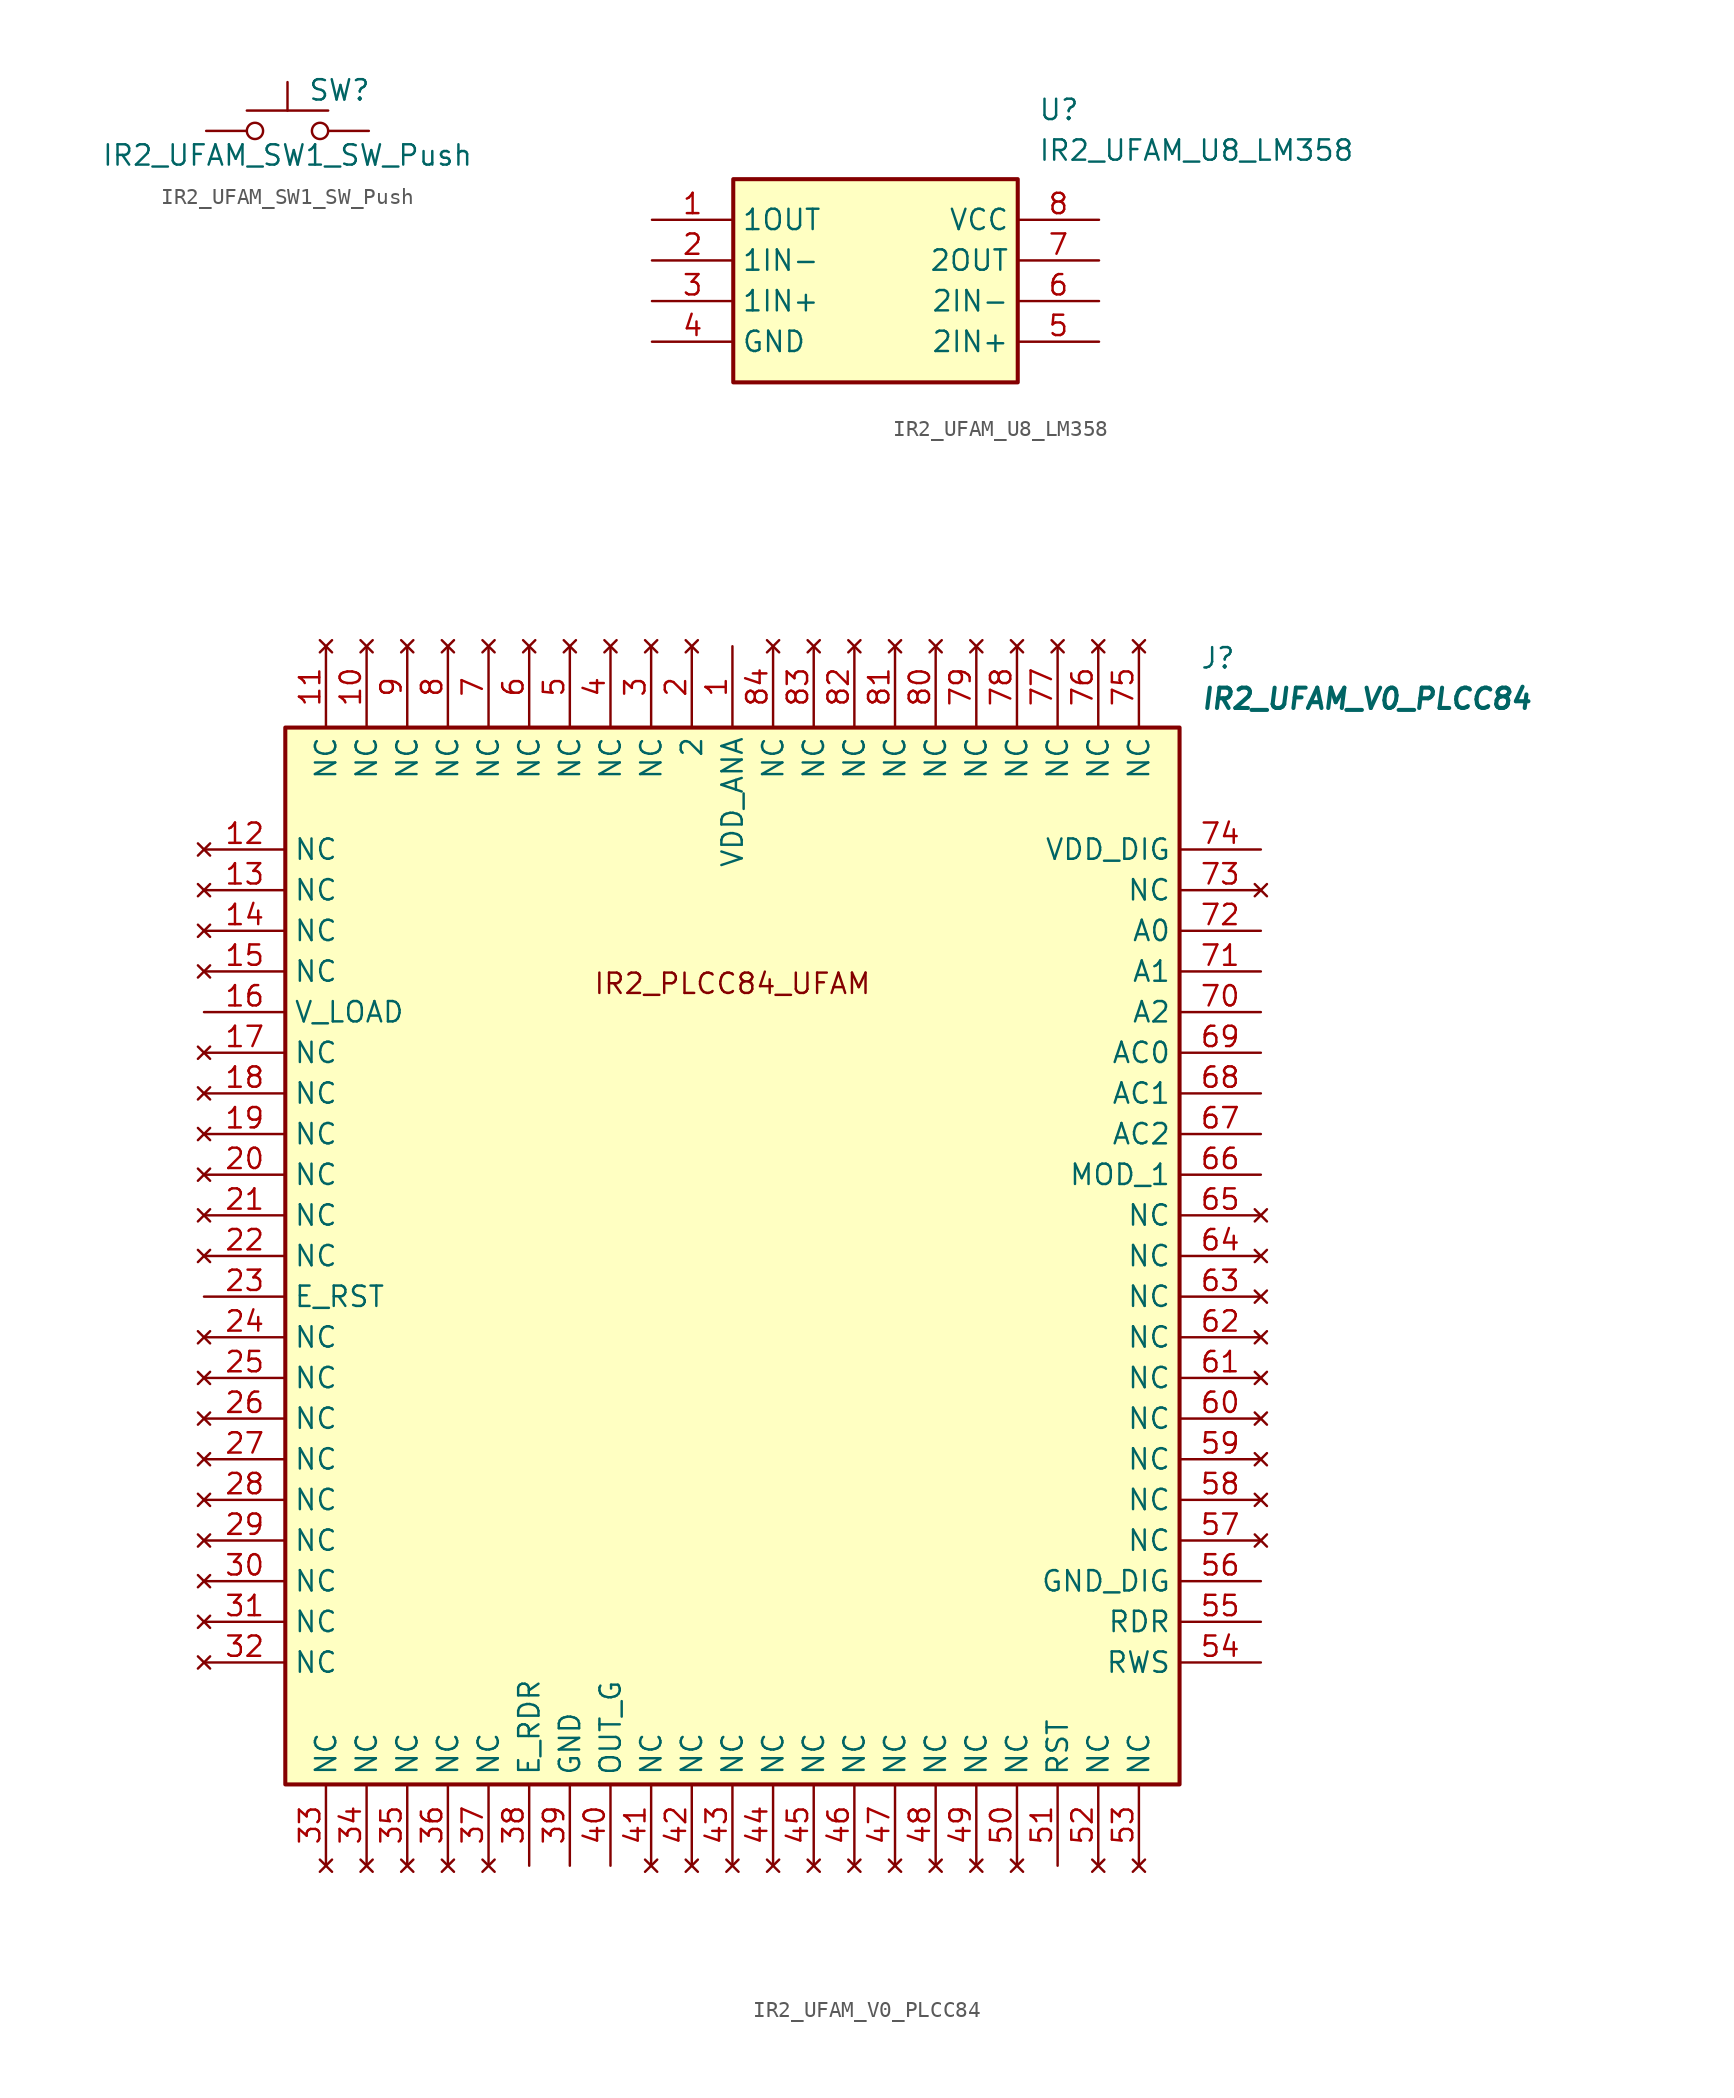
<source format=kicad_sym>
(kicad_symbol_lib
  (version 20241209)
  (generator "kicad_symbol_editor")
  (generator_version "9.0")
  (symbol "IR2_UFAM_SW1_SW_Push"
    (pin_numbers
      (hide yes))
    (pin_names
      (offset 1.016)
      (hide yes))
    (property "Reference" "SW"
      (at 1.27 2.54 0)
      (effects (font (size 1.27 1.27)) (justify left)))
    (property "Value" "IR2_UFAM_SW1_SW_Push"
      (at 0 -1.524 0)
      (effects (font (size 1.27 1.27))))
    (symbol "IR2_UFAM_SW1_SW_Push_0_1"
      (circle (center -2.032 0) (radius 0.508) (stroke (width 0) (type default)) (fill (type none)))
      (polyline (pts (xy 0 1.27) (xy 0 3.048)) (stroke (width 0) (type default)) (fill (type none)))
      (circle (center 2.032 0) (radius 0.508) (stroke (width 0) (type default)) (fill (type none)))
      (polyline (pts (xy 2.54 1.27) (xy -2.54 1.27)) (stroke (width 0) (type default)) (fill (type none)))
      (pin passive line (at -5.08 0 0) (length 2.54) (name "1" (effects (font (size 1.27 1.27)))) (number "1" (effects (font (size 1.27 1.27)))))
      (pin passive line (at 5.08 0 180) (length 2.54) (name "2" (effects (font (size 1.27 1.27)))) (number "2" (effects (font (size 1.27 1.27)))))))
  (symbol "IR2_UFAM_U8_LM358"
    (property "Reference" "U"
      (at 24.13 7.62 0)
      (effects (font (size 1.27 1.27)) (justify left top)))
    (property "Value" "IR2_UFAM_U8_LM358"
      (at 24.13 5.08 0)
      (effects (font (size 1.27 1.27)) (justify left top)))
    (symbol "IR2_UFAM_U8_LM358_1_1"
      (rectangle (start 5.08 2.54) (end 22.86 -10.16) (stroke (width 0.254) (type default)) (fill (type background)))
      (pin passive line (at 0 0 0) (length 5.08) (name "1OUT" (effects (font (size 1.27 1.27)))) (number "1" (effects (font (size 1.27 1.27)))))
      (pin passive line (at 0 -2.54 0) (length 5.08) (name "1IN-" (effects (font (size 1.27 1.27)))) (number "2" (effects (font (size 1.27 1.27)))))
      (pin passive line (at 0 -5.08 0) (length 5.08) (name "1IN+" (effects (font (size 1.27 1.27)))) (number "3" (effects (font (size 1.27 1.27)))))
      (pin passive line (at 0 -7.62 0) (length 5.08) (name "GND" (effects (font (size 1.27 1.27)))) (number "4" (effects (font (size 1.27 1.27)))))
      (pin passive line (at 27.94 0 180) (length 5.08) (name "VCC" (effects (font (size 1.27 1.27)))) (number "8" (effects (font (size 1.27 1.27)))))
      (pin passive line (at 27.94 -2.54 180) (length 5.08) (name "2OUT" (effects (font (size 1.27 1.27)))) (number "7" (effects (font (size 1.27 1.27)))))
      (pin passive line (at 27.94 -5.08 180) (length 5.08) (name "2IN-" (effects (font (size 1.27 1.27)))) (number "6" (effects (font (size 1.27 1.27)))))
      (pin passive line (at 27.94 -7.62 180) (length 5.08) (name "2IN+" (effects (font (size 1.27 1.27)))) (number "5" (effects (font (size 1.27 1.27)))))))
  (symbol "IR2_UFAM_V0_PLCC84"
    (property "Reference" "J"
      (at 62.23 12.7 0)
      (effects (font (size 1.27 1.27)) (justify left top)))
    (property "Value" "IR2_UFAM_V0_PLCC84"
      (at 62.23 10.16 0)
      (effects (font (size 1.27 1.27) (thickness 0.254) (bold yes) (italic yes)) (justify left top)))
    (symbol "IR2_UFAM_V0_PLCC84_1_1"
      (rectangle (start 5.08 7.62) (end 60.96 -58.42) (stroke (width 0.254) (type default)) (fill (type background)))
      (text "IR2_PLCC84_UFAM" (at 33.02 -8.382 0) (effects (font (size 1.27 1.27))))
      (pin no_connect line (at 0 0 0) (length 5.08) (name "NC" (effects (font (size 1.27 1.27)))) (number "12" (effects (font (size 1.27 1.27)))))
      (pin no_connect line (at 0 -2.54 0) (length 5.08) (name "NC" (effects (font (size 1.27 1.27)))) (number "13" (effects (font (size 1.27 1.27)))))
      (pin no_connect line (at 0 -5.08 0) (length 5.08) (name "NC" (effects (font (size 1.27 1.27)))) (number "14" (effects (font (size 1.27 1.27)))))
      (pin no_connect line (at 0 -7.62 0) (length 5.08) (name "NC" (effects (font (size 1.27 1.27)))) (number "15" (effects (font (size 1.27 1.27)))))
      (pin input line (at 0 -10.16 0) (length 5.08) (name "V_LOAD" (effects (font (size 1.27 1.27)))) (number "16" (effects (font (size 1.27 1.27)))))
      (pin no_connect line (at 0 -12.7 0) (length 5.08) (name "NC" (effects (font (size 1.27 1.27)))) (number "17" (effects (font (size 1.27 1.27)))))
      (pin no_connect line (at 0 -15.24 0) (length 5.08) (name "NC" (effects (font (size 1.27 1.27)))) (number "18" (effects (font (size 1.27 1.27)))))
      (pin no_connect line (at 0 -17.78 0) (length 5.08) (name "NC" (effects (font (size 1.27 1.27)))) (number "19" (effects (font (size 1.27 1.27)))))
      (pin no_connect line (at 0 -20.32 0) (length 5.08) (name "NC" (effects (font (size 1.27 1.27)))) (number "20" (effects (font (size 1.27 1.27)))))
      (pin no_connect line (at 0 -22.86 0) (length 5.08) (name "NC" (effects (font (size 1.27 1.27)))) (number "21" (effects (font (size 1.27 1.27)))))
      (pin no_connect line (at 0 -25.4 0) (length 5.08) (name "NC" (effects (font (size 1.27 1.27)))) (number "22" (effects (font (size 1.27 1.27)))))
      (pin input line (at 0 -27.94 0) (length 5.08) (name "E_RST" (effects (font (size 1.27 1.27)))) (number "23" (effects (font (size 1.27 1.27)))))
      (pin no_connect line (at 0 -30.48 0) (length 5.08) (name "NC" (effects (font (size 1.27 1.27)))) (number "24" (effects (font (size 1.27 1.27)))))
      (pin no_connect line (at 0 -33.02 0) (length 5.08) (name "NC" (effects (font (size 1.27 1.27)))) (number "25" (effects (font (size 1.27 1.27)))))
      (pin no_connect line (at 0 -35.56 0) (length 5.08) (name "NC" (effects (font (size 1.27 1.27)))) (number "26" (effects (font (size 1.27 1.27)))))
      (pin no_connect line (at 0 -38.1 0) (length 5.08) (name "NC" (effects (font (size 1.27 1.27)))) (number "27" (effects (font (size 1.27 1.27)))))
      (pin no_connect line (at 0 -40.64 0) (length 5.08) (name "NC" (effects (font (size 1.27 1.27)))) (number "28" (effects (font (size 1.27 1.27)))))
      (pin no_connect line (at 0 -43.18 0) (length 5.08) (name "NC" (effects (font (size 1.27 1.27)))) (number "29" (effects (font (size 1.27 1.27)))))
      (pin no_connect line (at 0 -45.72 0) (length 5.08) (name "NC" (effects (font (size 1.27 1.27)))) (number "30" (effects (font (size 1.27 1.27)))))
      (pin no_connect line (at 0 -48.26 0) (length 5.08) (name "NC" (effects (font (size 1.27 1.27)))) (number "31" (effects (font (size 1.27 1.27)))))
      (pin no_connect line (at 0 -50.8 0) (length 5.08) (name "NC" (effects (font (size 1.27 1.27)))) (number "32" (effects (font (size 1.27 1.27)))))
      (pin no_connect line (at 7.62 12.7 270) (length 5.08) (name "NC" (effects (font (size 1.27 1.27)))) (number "11" (effects (font (size 1.27 1.27)))))
      (pin no_connect line (at 7.62 -63.5 90) (length 5.08) (name "NC" (effects (font (size 1.27 1.27)))) (number "33" (effects (font (size 1.27 1.27)))))
      (pin no_connect line (at 10.16 12.7 270) (length 5.08) (name "NC" (effects (font (size 1.27 1.27)))) (number "10" (effects (font (size 1.27 1.27)))))
      (pin no_connect line (at 10.16 -63.5 90) (length 5.08) (name "NC" (effects (font (size 1.27 1.27)))) (number "34" (effects (font (size 1.27 1.27)))))
      (pin no_connect line (at 12.7 12.7 270) (length 5.08) (name "NC" (effects (font (size 1.27 1.27)))) (number "9" (effects (font (size 1.27 1.27)))))
      (pin no_connect line (at 12.7 -63.5 90) (length 5.08) (name "NC" (effects (font (size 1.27 1.27)))) (number "35" (effects (font (size 1.27 1.27)))))
      (pin no_connect line (at 15.24 12.7 270) (length 5.08) (name "NC" (effects (font (size 1.27 1.27)))) (number "8" (effects (font (size 1.27 1.27)))))
      (pin no_connect line (at 15.24 -63.5 90) (length 5.08) (name "NC" (effects (font (size 1.27 1.27)))) (number "36" (effects (font (size 1.27 1.27)))))
      (pin no_connect line (at 17.78 12.7 270) (length 5.08) (name "NC" (effects (font (size 1.27 1.27)))) (number "7" (effects (font (size 1.27 1.27)))))
      (pin no_connect line (at 17.78 -63.5 90) (length 5.08) (name "NC" (effects (font (size 1.27 1.27)))) (number "37" (effects (font (size 1.27 1.27)))))
      (pin no_connect line (at 20.32 12.7 270) (length 5.08) (name "NC" (effects (font (size 1.27 1.27)))) (number "6" (effects (font (size 1.27 1.27)))))
      (pin input line (at 20.32 -63.5 90) (length 5.08) (name "E_RDR" (effects (font (size 1.27 1.27)))) (number "38" (effects (font (size 1.27 1.27)))))
      (pin no_connect line (at 22.86 12.7 270) (length 5.08) (name "NC" (effects (font (size 1.27 1.27)))) (number "5" (effects (font (size 1.27 1.27)))))
      (pin power_out line (at 22.86 -63.5 90) (length 5.08) (name "GND" (effects (font (size 1.27 1.27)))) (number "39" (effects (font (size 1.27 1.27)))))
      (pin no_connect line (at 25.4 12.7 270) (length 5.08) (name "NC" (effects (font (size 1.27 1.27)))) (number "4" (effects (font (size 1.27 1.27)))))
      (pin output line (at 25.4 -63.5 90) (length 5.08) (name "OUT_G" (effects (font (size 1.27 1.27)))) (number "40" (effects (font (size 1.27 1.27)))))
      (pin no_connect line (at 27.94 12.7 270) (length 5.08) (name "NC" (effects (font (size 1.27 1.27)))) (number "3" (effects (font (size 1.27 1.27)))))
      (pin no_connect line (at 27.94 -63.5 90) (length 5.08) (name "NC" (effects (font (size 1.27 1.27)))) (number "41" (effects (font (size 1.27 1.27)))))
      (pin no_connect line (at 30.48 12.7 270) (length 5.08) (name "2" (effects (font (size 1.27 1.27)))) (number "2" (effects (font (size 1.27 1.27)))))
      (pin no_connect line (at 30.48 -63.5 90) (length 5.08) (name "NC" (effects (font (size 1.27 1.27)))) (number "42" (effects (font (size 1.27 1.27)))))
      (pin power_in line (at 33.02 12.7 270) (length 5.08) (name "VDD_ANA" (effects (font (size 1.27 1.27)))) (number "1" (effects (font (size 1.27 1.27)))))
      (pin no_connect line (at 33.02 -63.5 90) (length 5.08) (name "NC" (effects (font (size 1.27 1.27)))) (number "43" (effects (font (size 1.27 1.27)))))
      (pin no_connect line (at 35.56 12.7 270) (length 5.08) (name "NC" (effects (font (size 1.27 1.27)))) (number "84" (effects (font (size 1.27 1.27)))))
      (pin no_connect line (at 35.56 -63.5 90) (length 5.08) (name "NC" (effects (font (size 1.27 1.27)))) (number "44" (effects (font (size 1.27 1.27)))))
      (pin no_connect line (at 38.1 12.7 270) (length 5.08) (name "NC" (effects (font (size 1.27 1.27)))) (number "83" (effects (font (size 1.27 1.27)))))
      (pin no_connect line (at 38.1 -63.5 90) (length 5.08) (name "NC" (effects (font (size 1.27 1.27)))) (number "45" (effects (font (size 1.27 1.27)))))
      (pin no_connect line (at 40.64 12.7 270) (length 5.08) (name "NC" (effects (font (size 1.27 1.27)))) (number "82" (effects (font (size 1.27 1.27)))))
      (pin no_connect line (at 40.64 -63.5 90) (length 5.08) (name "NC" (effects (font (size 1.27 1.27)))) (number "46" (effects (font (size 1.27 1.27)))))
      (pin no_connect line (at 43.18 12.7 270) (length 5.08) (name "NC" (effects (font (size 1.27 1.27)))) (number "81" (effects (font (size 1.27 1.27)))))
      (pin no_connect line (at 43.18 -63.5 90) (length 5.08) (name "NC" (effects (font (size 1.27 1.27)))) (number "47" (effects (font (size 1.27 1.27)))))
      (pin no_connect line (at 45.72 12.7 270) (length 5.08) (name "NC" (effects (font (size 1.27 1.27)))) (number "80" (effects (font (size 1.27 1.27)))))
      (pin no_connect line (at 45.72 -63.5 90) (length 5.08) (name "NC" (effects (font (size 1.27 1.27)))) (number "48" (effects (font (size 1.27 1.27)))))
      (pin no_connect line (at 48.26 12.7 270) (length 5.08) (name "NC" (effects (font (size 1.27 1.27)))) (number "79" (effects (font (size 1.27 1.27)))))
      (pin no_connect line (at 48.26 -63.5 90) (length 5.08) (name "NC" (effects (font (size 1.27 1.27)))) (number "49" (effects (font (size 1.27 1.27)))))
      (pin no_connect line (at 50.8 12.7 270) (length 5.08) (name "NC" (effects (font (size 1.27 1.27)))) (number "78" (effects (font (size 1.27 1.27)))))
      (pin no_connect line (at 50.8 -63.5 90) (length 5.08) (name "NC" (effects (font (size 1.27 1.27)))) (number "50" (effects (font (size 1.27 1.27)))))
      (pin no_connect line (at 53.34 12.7 270) (length 5.08) (name "NC" (effects (font (size 1.27 1.27)))) (number "77" (effects (font (size 1.27 1.27)))))
      (pin input line (at 53.34 -63.5 90) (length 5.08) (name "RST" (effects (font (size 1.27 1.27)))) (number "51" (effects (font (size 1.27 1.27)))))
      (pin no_connect line (at 55.88 12.7 270) (length 5.08) (name "NC" (effects (font (size 1.27 1.27)))) (number "76" (effects (font (size 1.27 1.27)))))
      (pin no_connect line (at 55.88 -63.5 90) (length 5.08) (name "NC" (effects (font (size 1.27 1.27)))) (number "52" (effects (font (size 1.27 1.27)))))
      (pin no_connect line (at 58.42 12.7 270) (length 5.08) (name "NC" (effects (font (size 1.27 1.27)))) (number "75" (effects (font (size 1.27 1.27)))))
      (pin no_connect line (at 58.42 -63.5 90) (length 5.08) (name "NC" (effects (font (size 1.27 1.27)))) (number "53" (effects (font (size 1.27 1.27)))))
      (pin power_in line (at 66.04 0 180) (length 5.08) (name "VDD_DIG" (effects (font (size 1.27 1.27)))) (number "74" (effects (font (size 1.27 1.27)))))
      (pin no_connect line (at 66.04 -2.54 180) (length 5.08) (name "NC" (effects (font (size 1.27 1.27)))) (number "73" (effects (font (size 1.27 1.27)))))
      (pin input line (at 66.04 -5.08 180) (length 5.08) (name "A0" (effects (font (size 1.27 1.27)))) (number "72" (effects (font (size 1.27 1.27)))))
      (pin input line (at 66.04 -7.62 180) (length 5.08) (name "A1" (effects (font (size 1.27 1.27)))) (number "71" (effects (font (size 1.27 1.27)))))
      (pin input line (at 66.04 -10.16 180) (length 5.08) (name "A2" (effects (font (size 1.27 1.27)))) (number "70" (effects (font (size 1.27 1.27)))))
      (pin input line (at 66.04 -12.7 180) (length 5.08) (name "AC0" (effects (font (size 1.27 1.27)))) (number "69" (effects (font (size 1.27 1.27)))))
      (pin input line (at 66.04 -15.24 180) (length 5.08) (name "AC1" (effects (font (size 1.27 1.27)))) (number "68" (effects (font (size 1.27 1.27)))))
      (pin input line (at 66.04 -17.78 180) (length 5.08) (name "AC2" (effects (font (size 1.27 1.27)))) (number "67" (effects (font (size 1.27 1.27)))))
      (pin power_in line (at 66.04 -20.32 180) (length 5.08) (name "MOD_1" (effects (font (size 1.27 1.27)))) (number "66" (effects (font (size 1.27 1.27)))))
      (pin no_connect line (at 66.04 -22.86 180) (length 5.08) (name "NC" (effects (font (size 1.27 1.27)))) (number "65" (effects (font (size 1.27 1.27)))))
      (pin no_connect line (at 66.04 -25.4 180) (length 5.08) (name "NC" (effects (font (size 1.27 1.27)))) (number "64" (effects (font (size 1.27 1.27)))))
      (pin no_connect line (at 66.04 -27.94 180) (length 5.08) (name "NC" (effects (font (size 1.27 1.27)))) (number "63" (effects (font (size 1.27 1.27)))))
      (pin no_connect line (at 66.04 -30.48 180) (length 5.08) (name "NC" (effects (font (size 1.27 1.27)))) (number "62" (effects (font (size 1.27 1.27)))))
      (pin no_connect line (at 66.04 -33.02 180) (length 5.08) (name "NC" (effects (font (size 1.27 1.27)))) (number "61" (effects (font (size 1.27 1.27)))))
      (pin no_connect line (at 66.04 -35.56 180) (length 5.08) (name "NC" (effects (font (size 1.27 1.27)))) (number "60" (effects (font (size 1.27 1.27)))))
      (pin no_connect line (at 66.04 -38.1 180) (length 5.08) (name "NC" (effects (font (size 1.27 1.27)))) (number "59" (effects (font (size 1.27 1.27)))))
      (pin no_connect line (at 66.04 -40.64 180) (length 5.08) (name "NC" (effects (font (size 1.27 1.27)))) (number "58" (effects (font (size 1.27 1.27)))))
      (pin no_connect line (at 66.04 -43.18 180) (length 5.08) (name "NC" (effects (font (size 1.27 1.27)))) (number "57" (effects (font (size 1.27 1.27)))))
      (pin power_in line (at 66.04 -45.72 180) (length 5.08) (name "GND_DIG" (effects (font (size 1.27 1.27)))) (number "56" (effects (font (size 1.27 1.27)))))
      (pin input line (at 66.04 -48.26 180) (length 5.08) (name "RDR" (effects (font (size 1.27 1.27)))) (number "55" (effects (font (size 1.27 1.27)))))
      (pin input line (at 66.04 -50.8 180) (length 5.08) (name "RWS" (effects (font (size 1.27 1.27)))) (number "54" (effects (font (size 1.27 1.27))))))))
</source>
